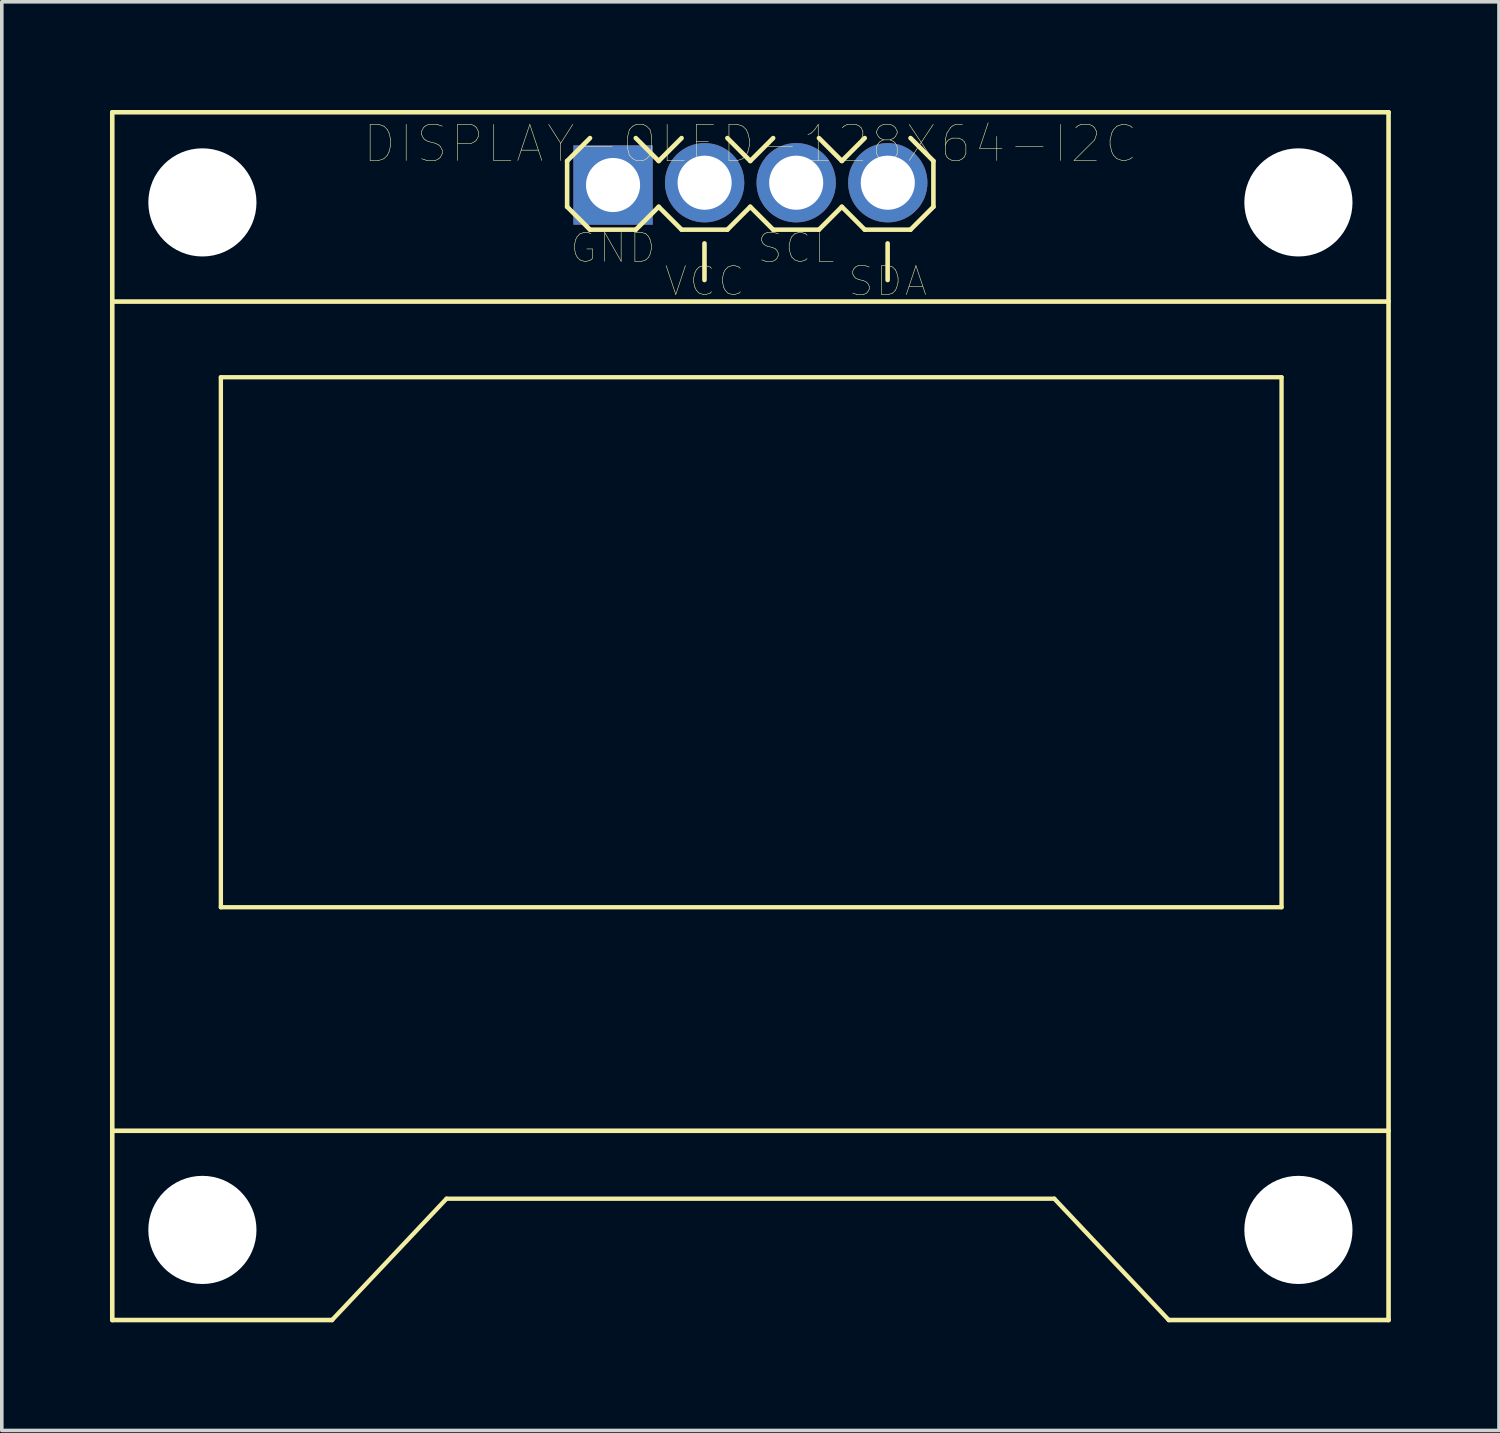
<source format=kicad_pcb>
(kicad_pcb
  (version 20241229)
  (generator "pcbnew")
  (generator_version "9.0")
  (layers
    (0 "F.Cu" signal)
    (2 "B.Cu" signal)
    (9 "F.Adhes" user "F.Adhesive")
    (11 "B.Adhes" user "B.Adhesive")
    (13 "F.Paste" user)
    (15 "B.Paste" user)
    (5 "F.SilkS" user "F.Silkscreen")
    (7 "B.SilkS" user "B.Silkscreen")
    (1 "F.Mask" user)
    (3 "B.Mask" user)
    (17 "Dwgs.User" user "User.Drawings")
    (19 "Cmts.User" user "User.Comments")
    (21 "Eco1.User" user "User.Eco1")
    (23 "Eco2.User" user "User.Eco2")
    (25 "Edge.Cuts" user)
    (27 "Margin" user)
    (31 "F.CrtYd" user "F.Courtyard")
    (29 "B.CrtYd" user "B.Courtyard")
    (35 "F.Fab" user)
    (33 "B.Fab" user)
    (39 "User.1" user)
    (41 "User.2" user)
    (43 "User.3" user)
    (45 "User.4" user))
  (footprint "DISPLAY-OLED-128X64-I2C"
    (layer "F.Cu")
    (at 17.764 16.814)
    (property "Reference" "DISPLAY-OLED-128X64-I2C" (at 0 -15.875 0) (layer "F.SilkS") (effects (font (size 1 1) (thickness 0.015))))
    (attr through_hole)
    (fp_line (start -17.7 -16.75) (end 17.7 -16.75) (stroke (width 0.127) (type solid)) (layer "F.SilkS"))
    (fp_line (start -17.7 -11.5) (end 17.7 -11.5) (stroke (width 0.127) (type solid)) (layer "F.SilkS"))
    (fp_line (start -17.7 11.5) (end 17.7 11.5) (stroke (width 0.127) (type solid)) (layer "F.SilkS"))
    (fp_line (start -17.7 16.75) (end -17.7 -16.75) (stroke (width 0.127) (type solid)) (layer "F.SilkS"))
    (fp_line (start -14.688 -9.4) (end -14.688 5.3) (stroke (width 0.12) (type solid)) (layer "F.SilkS"))
    (fp_line (start -14.688 -9.4) (end 14.732 -9.4) (stroke (width 0.12) (type solid)) (layer "F.SilkS"))
    (fp_line (start -14.688 5.3) (end 14.732 5.3) (stroke (width 0.12) (type solid)) (layer "F.SilkS"))
    (fp_line (start -11.604 16.75) (end -17.7 16.75) (stroke (width 0.127) (type solid)) (layer "F.SilkS"))
    (fp_line (start -8.429 13.384) (end -11.604 16.75) (stroke (width 0.12) (type solid)) (layer "F.SilkS"))
    (fp_line (start -8.429 13.384) (end 8.429 13.384) (stroke (width 0.12) (type solid)) (layer "F.SilkS"))
    (fp_line (start -5.084 -15.399) (end -4.449 -16.034) (stroke (width 0.127) (type solid)) (layer "F.SilkS"))
    (fp_line (start -5.084 -14.129) (end -5.084 -15.399) (stroke (width 0.127) (type solid)) (layer "F.SilkS"))
    (fp_line (start -4.449 -13.494) (end -5.084 -14.129) (stroke (width 0.127) (type solid)) (layer "F.SilkS"))
    (fp_line (start -3.179 -16.034) (end -2.544 -15.399) (stroke (width 0.127) (type solid)) (layer "F.SilkS"))
    (fp_line (start -3.179 -13.494) (end -4.449 -13.494) (stroke (width 0.127) (type solid)) (layer "F.SilkS"))
    (fp_line (start -2.544 -15.399) (end -1.909 -16.034) (stroke (width 0.127) (type solid)) (layer "F.SilkS"))
    (fp_line (start -2.544 -14.129) (end -3.179 -13.494) (stroke (width 0.127) (type solid)) (layer "F.SilkS"))
    (fp_line (start -1.909 -13.494) (end -2.544 -14.129) (stroke (width 0.127) (type solid)) (layer "F.SilkS"))
    (fp_line (start -1.274 -12.097) (end -1.274 -13.113) (stroke (width 0.127) (type solid)) (layer "F.SilkS"))
    (fp_line (start -0.639 -16.034) (end -0.004 -15.399) (stroke (width 0.127) (type solid)) (layer "F.SilkS"))
    (fp_line (start -0.639 -13.494) (end -1.909 -13.494) (stroke (width 0.127) (type solid)) (layer "F.SilkS"))
    (fp_line (start -0.004 -15.399) (end 0.631 -16.034) (stroke (width 0.127) (type solid)) (layer "F.SilkS"))
    (fp_line (start -0.004 -14.129) (end -0.639 -13.494) (stroke (width 0.127) (type solid)) (layer "F.SilkS"))
    (fp_line (start 0.631 -13.494) (end -0.004 -14.129) (stroke (width 0.127) (type solid)) (layer "F.SilkS"))
    (fp_line (start 1.901 -16.034) (end 2.536 -15.399) (stroke (width 0.127) (type solid)) (layer "F.SilkS"))
    (fp_line (start 1.901 -13.494) (end 0.631 -13.494) (stroke (width 0.127) (type solid)) (layer "F.SilkS"))
    (fp_line (start 2.536 -15.399) (end 3.171 -16.034) (stroke (width 0.127) (type solid)) (layer "F.SilkS"))
    (fp_line (start 2.536 -14.129) (end 1.901 -13.494) (stroke (width 0.127) (type solid)) (layer "F.SilkS"))
    (fp_line (start 3.171 -13.494) (end 2.536 -14.129) (stroke (width 0.127) (type solid)) (layer "F.SilkS"))
    (fp_line (start 3.806 -12.097) (end 3.806 -13.113) (stroke (width 0.127) (type solid)) (layer "F.SilkS"))
    (fp_line (start 4.441 -16.034) (end 5.076 -15.399) (stroke (width 0.127) (type solid)) (layer "F.SilkS"))
    (fp_line (start 4.441 -13.494) (end 3.171 -13.494) (stroke (width 0.127) (type solid)) (layer "F.SilkS"))
    (fp_line (start 5.076 -15.399) (end 5.076 -14.129) (stroke (width 0.127) (type solid)) (layer "F.SilkS"))
    (fp_line (start 5.076 -14.129) (end 4.441 -13.494) (stroke (width 0.127) (type solid)) (layer "F.SilkS"))
    (fp_line (start 11.604 16.75) (end 8.429 13.384) (stroke (width 0.12) (type solid)) (layer "F.SilkS"))
    (fp_line (start 14.732 -9.4) (end 14.732 5.3) (stroke (width 0.12) (type solid)) (layer "F.SilkS"))
    (fp_line (start 17.7 -16.75) (end 17.7 16.75) (stroke (width 0.127) (type solid)) (layer "F.SilkS"))
    (fp_line (start 17.7 16.75) (end 11.604 16.75) (stroke (width 0.127) (type solid)) (layer "F.SilkS"))
    (fp_text user "SDA" (at 3.81 -12.065 0) (layer "F.SilkS") (effects (font (size 0.8 0.8) (thickness 0.015))))
    (fp_text user "VCC" (at -1.27 -12.065 0) (layer "F.SilkS") (effects (font (size 0.8 0.8) (thickness 0.015))))
    (fp_text user "SCL" (at 1.266 -12.986 0) (layer "F.SilkS") (effects (font (size 0.8 0.8) (thickness 0.015))))
    (fp_text user "GND" (at -3.814 -12.986 0) (layer "F.SilkS") (effects (font (size 0.8 0.8) (thickness 0.015))))
    (pad "" np_thru_hole circle (at -15.2 -14.25) (size 3 3) (drill 3) (layers "*.Cu" "*.Mask"))
    (pad "" np_thru_hole circle (at -15.2 14.25) (size 3 3) (drill 3) (layers "*.Cu" "*.Mask"))
    (pad "" np_thru_hole circle (at 15.2 -14.25) (size 3 3) (drill 3) (layers "*.Cu" "*.Mask"))
    (pad "" np_thru_hole circle (at 15.2 14.25) (size 3 3) (drill 3) (layers "*.Cu" "*.Mask"))
    (pad "1" thru_hole rect (at -3.81 -14.732) (size 2.2 2.2) (drill 1.5) (layers "*.Cu" "*.Mask"))
    (pad "2" thru_hole circle (at -1.27 -14.796) (size 2.2 2.2) (drill 1.5) (layers "*.Cu" "*.Mask"))
    (pad "3" thru_hole circle (at 1.27 -14.796) (size 2.2 2.2) (drill 1.5) (layers "*.Cu" "*.Mask"))
    (pad "4" thru_hole circle (at 3.81 -14.796) (size 2.2 2.2) (drill 1.5) (layers "*.Cu" "*.Mask")))
  (gr_rect
    (start -3 -3)
    (end 38.527 36.627)
    (stroke (width 0.1) (type default))
    (fill no)
    (layer "Edge.Cuts")))
</source>
